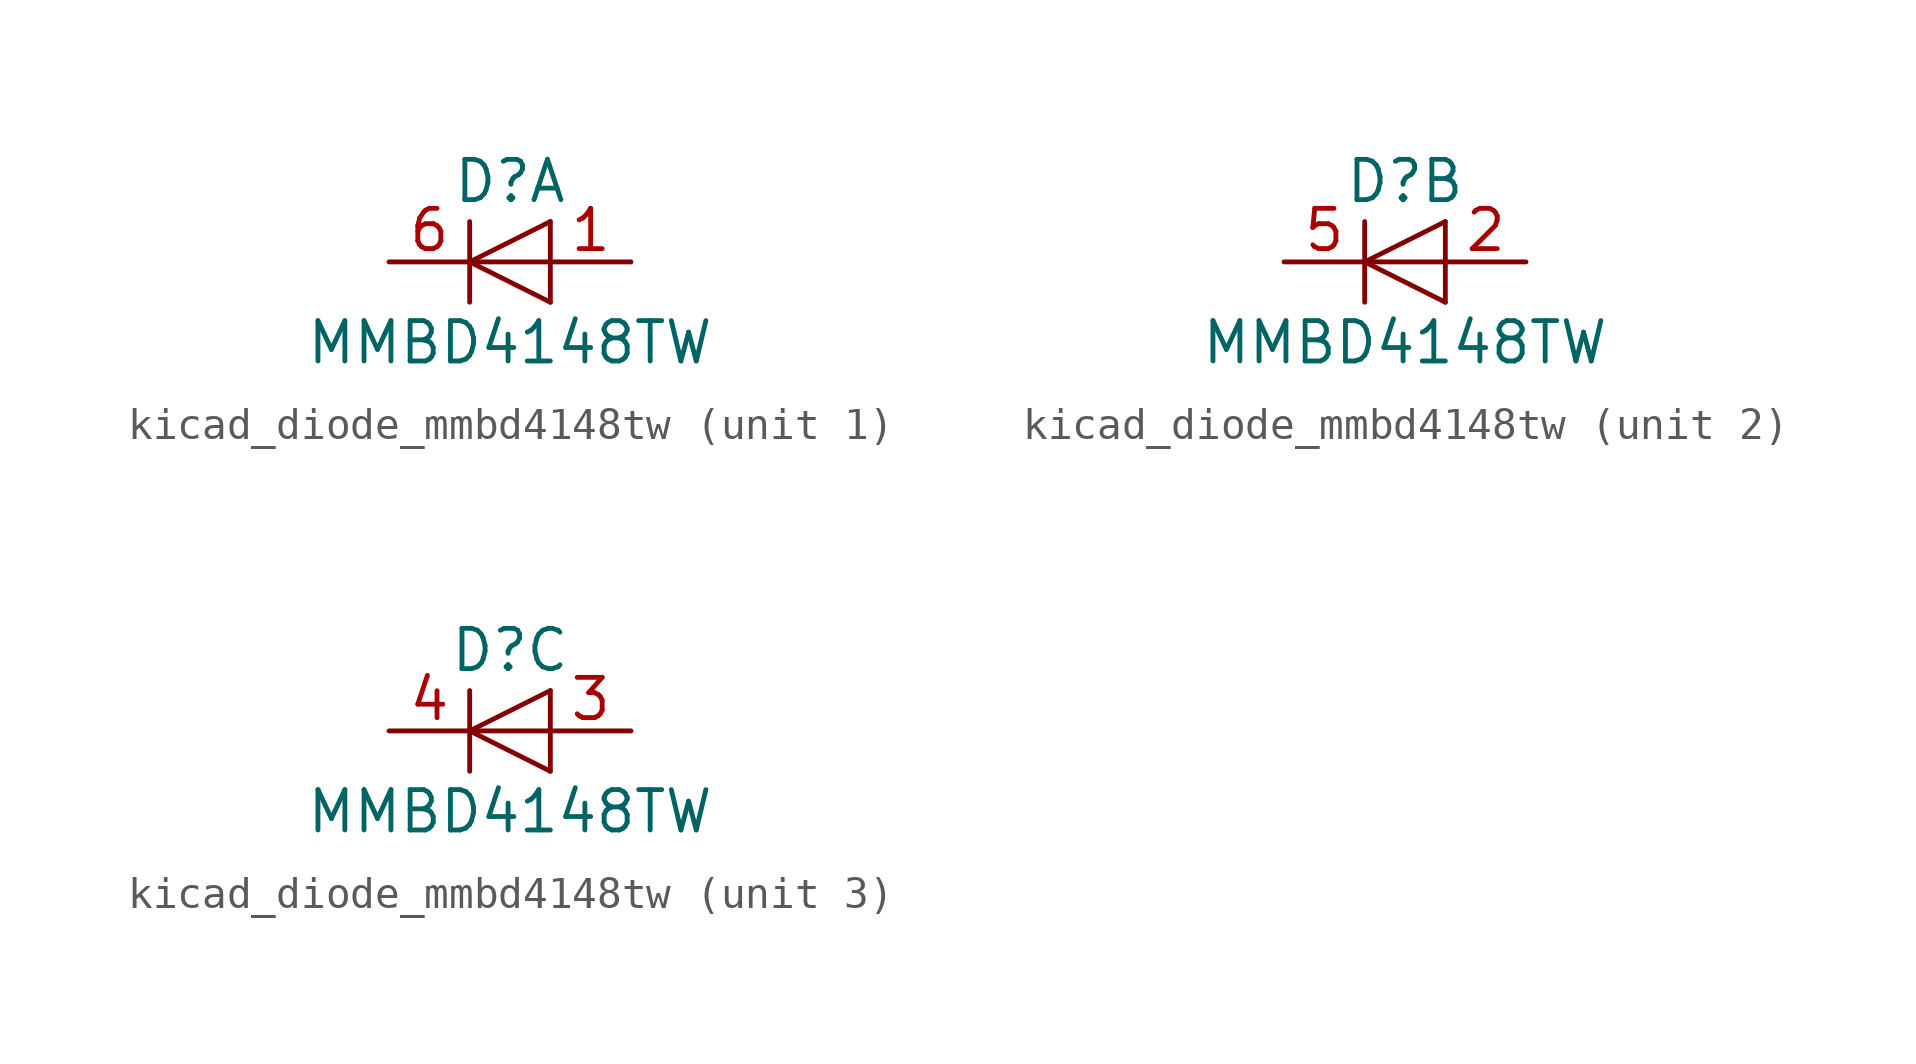
<source format=kicad_sym>
(kicad_symbol_lib
  (version 20220914)
  (generator kicad_symbol_editor)
  (symbol "kicad_diode_mmbd4148tw"
    (pin_names
      (offset 1.016) hide)
    (property "Reference" "D"
      (at 0 2.54 0)
      (effects (font (size 1.27 1.27))))
    (property "Value" "MMBD4148TW"
      (at 0 -2.54 0)
      (effects (font (size 1.27 1.27))))
    (symbol "kicad_diode_mmbd4148tw_0_1"
      (polyline (pts (xy -1.27 1.27) (xy -1.27 -1.27)) (stroke (width 0.152) (type default)) (fill (type none)))
      (polyline (pts (xy 1.27 0) (xy -1.27 0)) (stroke (width 0) (type default)) (fill (type none)))
      (polyline (pts (xy 1.27 1.27) (xy 1.27 -1.27)) (stroke (width 0) (type default)) (fill (type none)))
      (polyline (pts (xy 1.27 1.27) (xy -1.27 0) (xy 1.27 -1.27)) (stroke (width 0) (type default)) (fill (type none))))
    (symbol "kicad_diode_mmbd4148tw_1_1"
      (pin passive line (at 3.81 0 180) (length 2.54) (name "A" (effects (font (size 1.27 1.27)))) (number "1" (effects (font (size 1.27 1.27)))))
      (pin passive line (at -3.81 0 0) (length 2.54) (name "K" (effects (font (size 1.27 1.27)))) (number "6" (effects (font (size 1.27 1.27))))))
    (symbol "kicad_diode_mmbd4148tw_2_1"
      (pin passive line (at 3.81 0 180) (length 2.54) (name "A" (effects (font (size 1.27 1.27)))) (number "2" (effects (font (size 1.27 1.27)))))
      (pin passive line (at -3.81 0 0) (length 2.54) (name "K" (effects (font (size 1.27 1.27)))) (number "5" (effects (font (size 1.27 1.27))))))
    (symbol "kicad_diode_mmbd4148tw_3_1"
      (pin passive line (at 3.81 0 180) (length 2.54) (name "A" (effects (font (size 1.27 1.27)))) (number "3" (effects (font (size 1.27 1.27)))))
      (pin passive line (at -3.81 0 0) (length 2.54) (name "K" (effects (font (size 1.27 1.27)))) (number "4" (effects (font (size 1.27 1.27))))))))
</source>
